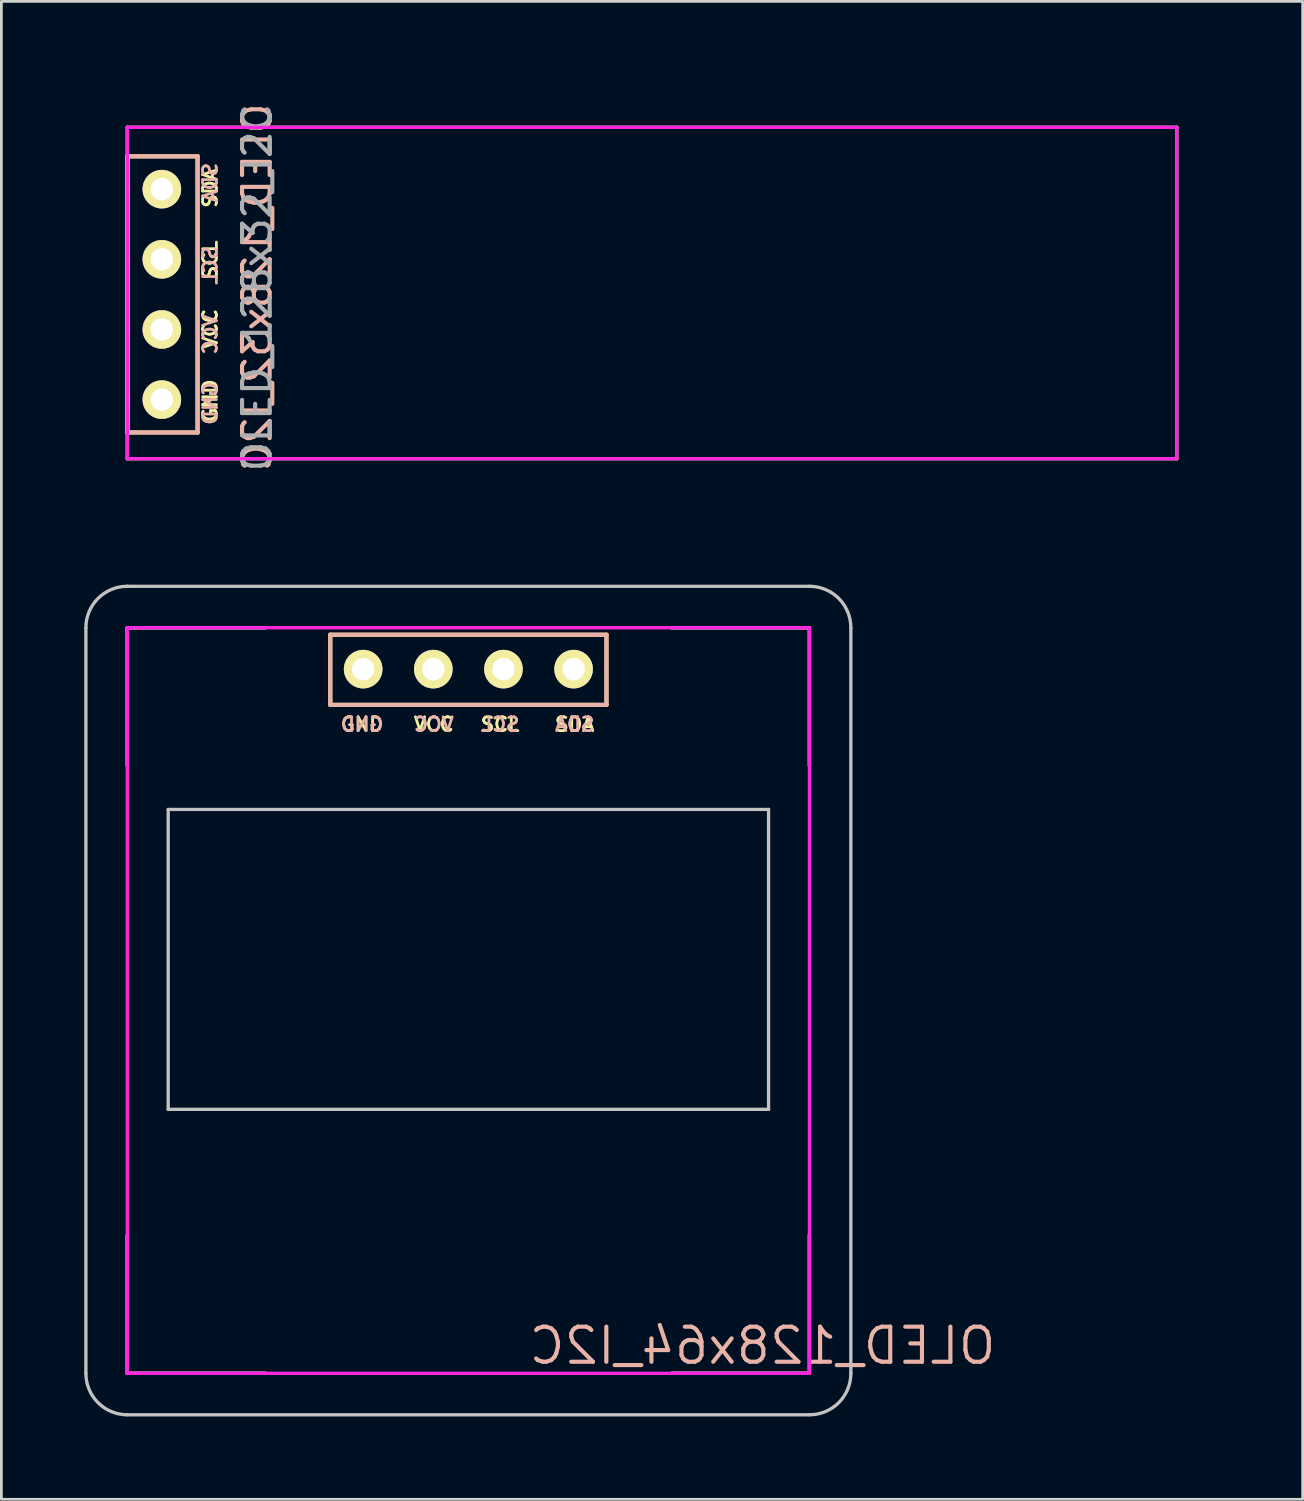
<source format=kicad_pcb>
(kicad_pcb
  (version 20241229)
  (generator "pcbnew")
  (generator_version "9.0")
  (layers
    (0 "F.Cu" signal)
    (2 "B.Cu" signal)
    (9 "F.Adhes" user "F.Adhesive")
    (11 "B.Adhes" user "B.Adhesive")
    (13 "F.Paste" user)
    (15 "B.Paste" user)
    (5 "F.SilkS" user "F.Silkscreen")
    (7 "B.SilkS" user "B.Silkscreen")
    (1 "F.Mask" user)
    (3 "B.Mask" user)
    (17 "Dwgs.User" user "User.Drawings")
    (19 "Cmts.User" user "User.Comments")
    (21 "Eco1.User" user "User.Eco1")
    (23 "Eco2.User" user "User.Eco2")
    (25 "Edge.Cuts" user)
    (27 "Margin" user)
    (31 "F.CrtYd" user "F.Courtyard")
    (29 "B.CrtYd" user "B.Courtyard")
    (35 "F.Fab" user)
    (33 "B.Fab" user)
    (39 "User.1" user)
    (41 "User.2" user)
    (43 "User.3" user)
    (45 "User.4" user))
  (footprint "OLED_128x32_I2C"
    (layer "F.Cu")
    (at 1.56 1.56)
    (property "Reference" "OLED_128x32_I2C" (at 4.7 5.8 90) (layer "B.SilkS") (effects (font (size 1 1) (thickness 0.15)) (justify mirror)))
    (attr through_hole)
    (fp_line (start 0 0) (end 38 0) (stroke (width 0.12) (type solid)) (layer "F.SilkS"))
    (fp_line (start 0 12) (end 0 0) (stroke (width 0.12) (type solid)) (layer "F.SilkS"))
    (fp_line (start 0.004 1.05) (end 2.544 1.05) (stroke (width 0.15) (type solid)) (layer "F.SilkS"))
    (fp_line (start 0.004 11.05) (end 0.004 1.05) (stroke (width 0.15) (type solid)) (layer "F.SilkS"))
    (fp_line (start 2.544 11.05) (end 0.004 11.05) (stroke (width 0.15) (type solid)) (layer "F.SilkS"))
    (fp_line (start 2.544 11.05) (end 2.544 1.05) (stroke (width 0.15) (type solid)) (layer "F.SilkS"))
    (fp_line (start 38 0) (end 38 12) (stroke (width 0.12) (type solid)) (layer "F.SilkS"))
    (fp_line (start 38 12) (end 0 12) (stroke (width 0.12) (type solid)) (layer "F.SilkS"))
    (fp_line (start 0.004 1.05) (end 2.544 1.05) (stroke (width 0.15) (type solid)) (layer "B.SilkS"))
    (fp_line (start 0.004 11.05) (end 0.004 1.05) (stroke (width 0.15) (type solid)) (layer "B.SilkS"))
    (fp_line (start 2.544 11.05) (end 0.004 11.05) (stroke (width 0.15) (type solid)) (layer "B.SilkS"))
    (fp_line (start 2.544 11.05) (end 2.544 1.05) (stroke (width 0.15) (type solid)) (layer "B.SilkS"))
    (fp_line (start -1.5 12) (end -1.5 0) (stroke (width 0.12) (type solid)) (layer "Eco1.User"))
    (fp_line (start 0 -1.5) (end 38 -1.5) (stroke (width 0.12) (type solid)) (layer "Eco1.User"))
    (fp_line (start 38 13.5) (end 0 13.5) (stroke (width 0.12) (type solid)) (layer "Eco1.User"))
    (fp_line (start 39.5 0) (end 39.5 12) (stroke (width 0.12) (type solid)) (layer "Eco1.User"))
    (fp_arc (start -1.5 0) (mid -1.06066 -1.06066) (end 0 -1.5) (stroke (width 0.12) (type solid)) (layer "Eco1.User"))
    (fp_arc (start 0 13.5) (mid -1.06066 13.06066) (end -1.5 12) (stroke (width 0.12) (type solid)) (layer "Eco1.User"))
    (fp_arc (start 38 -1.5) (mid 39.06066 -1.06066) (end 39.5 0) (stroke (width 0.12) (type solid)) (layer "Eco1.User"))
    (fp_arc (start 39.5 12) (mid 39.06066 13.06066) (end 38 13.5) (stroke (width 0.12) (type solid)) (layer "Eco1.User"))
    (fp_line (start 0 0) (end 38 0) (stroke (width 0.12) (type solid)) (layer "F.CrtYd"))
    (fp_line (start 0 12) (end 0 0) (stroke (width 0.12) (type solid)) (layer "F.CrtYd"))
    (fp_line (start 0 12) (end 38 12) (stroke (width 0.12) (type solid)) (layer "F.CrtYd"))
    (fp_line (start 38 0) (end 38 12) (stroke (width 0.12) (type solid)) (layer "F.CrtYd"))
    (fp_text user "GND" (at 3 9.9 90) (layer "F.SilkS") (effects (font (size 0.5 0.5) (thickness 0.1))))
    (fp_text user "SCL" (at 3 4.8 90) (layer "F.SilkS") (effects (font (size 0.5 0.5) (thickness 0.1))))
    (fp_text user "VCC" (at 3 7.3 90) (layer "F.SilkS") (effects (font (size 0.5 0.5) (thickness 0.1))))
    (fp_text user "SDA" (at 3 2.2 90) (layer "F.SilkS") (effects (font (size 0.5 0.5) (thickness 0.1))))
    (fp_text user "SDA" (at 3 2 270) (layer "B.SilkS") (effects (font (size 0.5 0.5) (thickness 0.1)) (justify mirror)))
    (fp_text user "GND" (at 3 10 270) (layer "B.SilkS") (effects (font (size 0.5 0.5) (thickness 0.1)) (justify mirror)))
    (fp_text user "VCC" (at 3 7.5 270) (layer "B.SilkS") (effects (font (size 0.5 0.5) (thickness 0.1)) (justify mirror)))
    (fp_text user "SCL" (at 3 5 270) (layer "B.SilkS") (effects (font (size 0.5 0.5) (thickness 0.1)) (justify mirror)))
    (fp_text user "${REFERENCE}" (at 4.7 5.8 90) (layer "F.Fab") (effects (font (size 1 1) (thickness 0.15))))
    (pad "1" thru_hole circle (at 1.25 9.86 90) (size 1.397 1.397) (drill 0.813) (layers "*.Cu" "*.Mask" "F.SilkS"))
    (pad "2" thru_hole circle (at 1.25 7.32 90) (size 1.397 1.397) (drill 0.813) (layers "*.Cu" "*.Mask" "F.SilkS"))
    (pad "3" thru_hole circle (at 1.25 4.78 90) (size 1.397 1.397) (drill 0.813) (layers "*.Cu" "*.Mask" "F.SilkS"))
    (pad "4" thru_hole circle (at 1.25 2.24 90) (size 1.397 1.397) (drill 0.813) (layers "*.Cu" "*.Mask" "F.SilkS")))
  (footprint "OLED_128x64_I2C"
    (layer "F.Cu")
    (at 1.56 19.68)
    (property "Reference" "OLED_128x64_I2C" (at 23 26 180) (layer "B.SilkS") (effects (font (size 1.27 1.27) (thickness 0.15)) (justify mirror)))
    (attr through_hole)
    (fp_line (start 0 0) (end 5 0) (stroke (width 0.12) (type solid)) (layer "F.SilkS"))
    (fp_line (start 0 5) (end 0 0) (stroke (width 0.12) (type solid)) (layer "F.SilkS"))
    (fp_line (start 0 27) (end 0 22) (stroke (width 0.12) (type solid)) (layer "F.SilkS"))
    (fp_line (start 0 27) (end 5 27) (stroke (width 0.12) (type solid)) (layer "F.SilkS"))
    (fp_line (start 7.35 0.254) (end 17.35 0.254) (stroke (width 0.15) (type solid)) (layer "F.SilkS"))
    (fp_line (start 7.35 2.794) (end 7.35 0.254) (stroke (width 0.15) (type solid)) (layer "F.SilkS"))
    (fp_line (start 7.35 2.794) (end 17.35 2.794) (stroke (width 0.15) (type solid)) (layer "F.SilkS"))
    (fp_line (start 17.35 0.254) (end 17.35 2.794) (stroke (width 0.15) (type solid)) (layer "F.SilkS"))
    (fp_line (start 19.7 0) (end 24.7 0) (stroke (width 0.12) (type solid)) (layer "F.SilkS"))
    (fp_line (start 24.7 0) (end 24.7 5) (stroke (width 0.12) (type solid)) (layer "F.SilkS"))
    (fp_line (start 24.7 27) (end 19.7 27) (stroke (width 0.12) (type solid)) (layer "F.SilkS"))
    (fp_line (start 24.7 27) (end 24.7 22) (stroke (width 0.12) (type solid)) (layer "F.SilkS"))
    (fp_line (start 0 0) (end 5 0) (stroke (width 0.12) (type solid)) (layer "B.SilkS"))
    (fp_line (start 0 5) (end 0 0) (stroke (width 0.12) (type solid)) (layer "B.SilkS"))
    (fp_line (start 0 27) (end 0 22) (stroke (width 0.12) (type solid)) (layer "B.SilkS"))
    (fp_line (start 0 27) (end 5 27) (stroke (width 0.12) (type solid)) (layer "B.SilkS"))
    (fp_line (start 7.35 0.254) (end 17.35 0.254) (stroke (width 0.15) (type solid)) (layer "B.SilkS"))
    (fp_line (start 7.35 2.794) (end 7.35 0.254) (stroke (width 0.15) (type solid)) (layer "B.SilkS"))
    (fp_line (start 7.35 2.794) (end 17.35 2.794) (stroke (width 0.15) (type solid)) (layer "B.SilkS"))
    (fp_line (start 17.35 0.254) (end 17.35 2.794) (stroke (width 0.15) (type solid)) (layer "B.SilkS"))
    (fp_line (start 19.7 0) (end 24.7 0) (stroke (width 0.12) (type solid)) (layer "B.SilkS"))
    (fp_line (start 24.7 0) (end 24.7 5) (stroke (width 0.12) (type solid)) (layer "B.SilkS"))
    (fp_line (start 24.7 27) (end 19.7 27) (stroke (width 0.12) (type solid)) (layer "B.SilkS"))
    (fp_line (start 24.7 27) (end 24.7 22) (stroke (width 0.12) (type solid)) (layer "B.SilkS"))
    (fp_line (start -1.5 27) (end -1.5 0) (stroke (width 0.12) (type solid)) (layer "Dwgs.User"))
    (fp_line (start 0 -1.5) (end 24.7 -1.5) (stroke (width 0.12) (type solid)) (layer "Dwgs.User"))
    (fp_line (start 1.48 6.58) (end 1.48 17.44) (stroke (width 0.12) (type solid)) (layer "Dwgs.User"))
    (fp_line (start 1.48 6.58) (end 23.22 6.58) (stroke (width 0.12) (type solid)) (layer "Dwgs.User"))
    (fp_line (start 1.48 17.44) (end 23.22 17.44) (stroke (width 0.12) (type solid)) (layer "Dwgs.User"))
    (fp_line (start 23.22 6.58) (end 23.22 17.44) (stroke (width 0.12) (type solid)) (layer "Dwgs.User"))
    (fp_line (start 24.7 28.5) (end 0 28.5) (stroke (width 0.12) (type solid)) (layer "Dwgs.User"))
    (fp_line (start 26.2 0) (end 26.2 27) (stroke (width 0.12) (type solid)) (layer "Dwgs.User"))
    (fp_arc (start -1.5 0) (mid -1.06066 -1.06066) (end 0 -1.5) (stroke (width 0.12) (type solid)) (layer "Dwgs.User"))
    (fp_arc (start 0 28.5) (mid -1.06066 28.06066) (end -1.5 27) (stroke (width 0.12) (type solid)) (layer "Dwgs.User"))
    (fp_arc (start 24.7 -1.5) (mid 25.76066 -1.06066) (end 26.2 0) (stroke (width 0.12) (type solid)) (layer "Dwgs.User"))
    (fp_arc (start 26.2 27) (mid 25.76066 28.06066) (end 24.7 28.5) (stroke (width 0.12) (type solid)) (layer "Dwgs.User"))
    (fp_line (start 0 0) (end 24.7 0) (stroke (width 0.12) (type solid)) (layer "F.CrtYd"))
    (fp_line (start 0 27) (end 0 0) (stroke (width 0.12) (type solid)) (layer "F.CrtYd"))
    (fp_line (start 24.7 0) (end 24.7 27) (stroke (width 0.12) (type solid)) (layer "F.CrtYd"))
    (fp_line (start 24.7 27) (end 0 27) (stroke (width 0.12) (type solid)) (layer "F.CrtYd"))
    (fp_text user "SCL" (at 13.5 3.5 180) (layer "F.SilkS") (effects (font (size 0.5 0.5) (thickness 0.1))))
    (fp_text user "VCC" (at 11.1 3.5 180) (layer "F.SilkS") (effects (font (size 0.5 0.5) (thickness 0.1))))
    (fp_text user "SDA" (at 16.2 3.5 180) (layer "F.SilkS") (effects (font (size 0.5 0.5) (thickness 0.1))))
    (fp_text user "GND" (at 8.5 3.5 180) (layer "F.SilkS") (effects (font (size 0.5 0.5) (thickness 0.1))))
    (fp_text user "SDA" (at 16.2 3.5 180) (layer "B.SilkS") (effects (font (size 0.5 0.5) (thickness 0.1)) (justify mirror)))
    (fp_text user "VCC" (at 11.1 3.5 180) (layer "B.SilkS") (effects (font (size 0.5 0.5) (thickness 0.1)) (justify mirror)))
    (fp_text user "GND" (at 8.5 3.5 180) (layer "B.SilkS") (effects (font (size 0.5 0.5) (thickness 0.1)) (justify mirror)))
    (fp_text user "SCL" (at 13.5 3.5 180) (layer "B.SilkS") (effects (font (size 0.5 0.5) (thickness 0.1)) (justify mirror)))
    (pad "1" thru_hole circle (at 8.54 1.5) (size 1.397 1.397) (drill 0.813) (layers "*.Cu" "*.Mask" "F.SilkS"))
    (pad "2" thru_hole circle (at 11.08 1.5) (size 1.397 1.397) (drill 0.813) (layers "*.Cu" "*.Mask" "F.SilkS"))
    (pad "3" thru_hole circle (at 13.62 1.5) (size 1.397 1.397) (drill 0.813) (layers "*.Cu" "*.Mask" "F.SilkS"))
    (pad "4" thru_hole circle (at 16.16 1.5) (size 1.397 1.397) (drill 0.813) (layers "*.Cu" "*.Mask" "F.SilkS")))
  (gr_rect
    (start -3 -3)
    (end 44.12 51.24)
    (stroke (width 0.1) (type default))
    (fill no)
    (layer "Edge.Cuts")))
</source>
